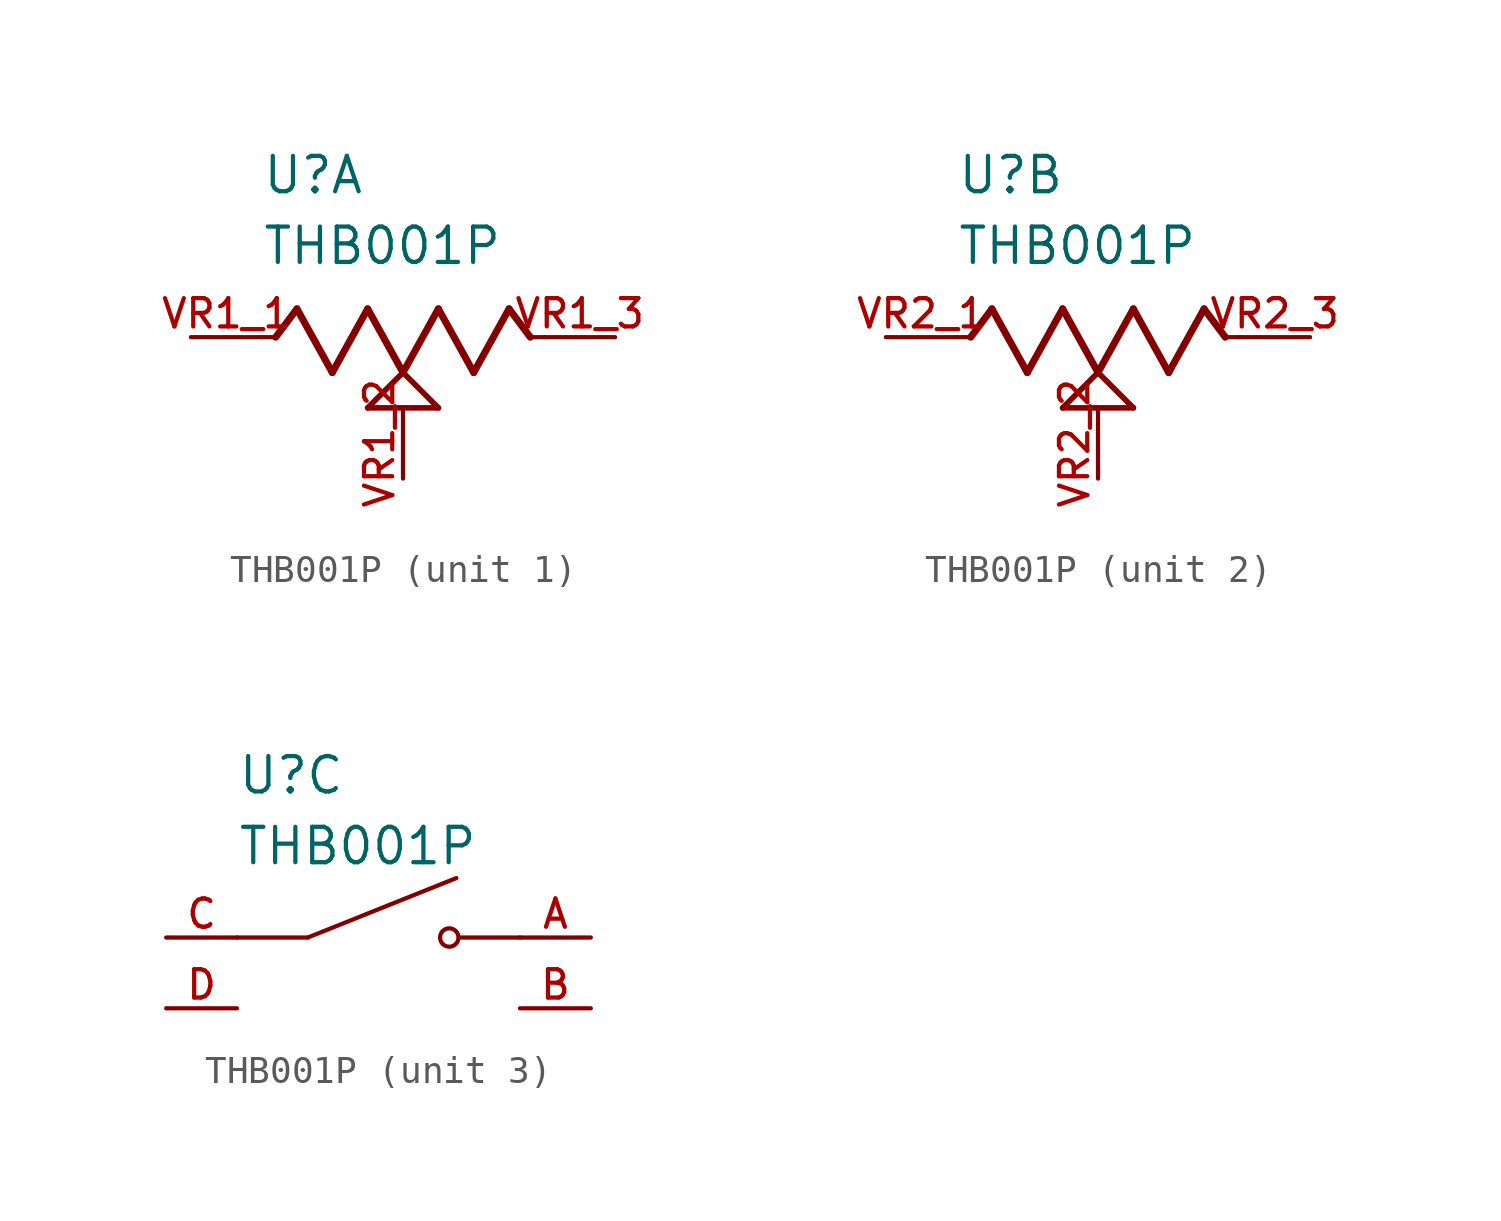
<source format=kicad_sym>
(kicad_symbol_lib
  (version 20231120)
  (generator "kicad_symbol_editor")
  (generator_version "8.0")
  (symbol "THB001P"
    (pin_names
      (offset 1.016))
    (property "Reference" "U"
      (at -5.08 5.08 0)
      (effects (font (size 1.27 1.27)) (justify left bottom)))
    (property "Value" "THB001P"
      (at -5.08 2.54 0)
      (effects (font (size 1.27 1.27)) (justify left bottom)))
    (symbol "THB001P_1_0"
      (polyline (pts (xy -5.08 0) (xy -4.572 0)) (stroke (width 0.152) (type default)) (fill (type none)))
      (polyline (pts (xy -4.572 0) (xy -3.81 1.016)) (stroke (width 0.254) (type default)) (fill (type none)))
      (polyline (pts (xy -3.81 1.016) (xy -2.54 -1.27)) (stroke (width 0.254) (type default)) (fill (type none)))
      (polyline (pts (xy -2.54 -1.27) (xy -1.27 1.016)) (stroke (width 0.254) (type default)) (fill (type none)))
      (polyline (pts (xy -1.27 -2.54) (xy 0 -1.27)) (stroke (width 0.203) (type default)) (fill (type none)))
      (polyline (pts (xy -1.27 1.016) (xy 0 -1.27)) (stroke (width 0.254) (type default)) (fill (type none)))
      (polyline (pts (xy 0 -1.27) (xy 1.27 -2.54)) (stroke (width 0.203) (type default)) (fill (type none)))
      (polyline (pts (xy 0 -1.27) (xy 1.27 1.016)) (stroke (width 0.254) (type default)) (fill (type none)))
      (polyline (pts (xy 1.27 -2.54) (xy -1.27 -2.54)) (stroke (width 0.203) (type default)) (fill (type none)))
      (polyline (pts (xy 1.27 1.016) (xy 2.54 -1.27)) (stroke (width 0.254) (type default)) (fill (type none)))
      (polyline (pts (xy 2.54 -1.27) (xy 3.81 1.016)) (stroke (width 0.254) (type default)) (fill (type none)))
      (polyline (pts (xy 3.81 1.016) (xy 4.572 0)) (stroke (width 0.254) (type default)) (fill (type none)))
      (polyline (pts (xy 4.572 0) (xy 5.08 0)) (stroke (width 0.152) (type default)) (fill (type none)))
      (pin passive line (at -7.62 0 0) (length 2.54) (name "~" (effects (font (size 1.016 1.016)))) (number "VR1_1" (effects (font (size 1.016 1.016)))))
      (pin passive line (at 0 -5.08 90) (length 2.54) (name "~" (effects (font (size 1.016 1.016)))) (number "VR1_2" (effects (font (size 1.016 1.016)))))
      (pin passive line (at 7.62 0 180) (length 2.54) (name "~" (effects (font (size 1.016 1.016)))) (number "VR1_3" (effects (font (size 1.016 1.016))))))
    (symbol "THB001P_2_0"
      (polyline (pts (xy -5.08 0) (xy -4.572 0)) (stroke (width 0.152) (type default)) (fill (type none)))
      (polyline (pts (xy -4.572 0) (xy -3.81 1.016)) (stroke (width 0.254) (type default)) (fill (type none)))
      (polyline (pts (xy -3.81 1.016) (xy -2.54 -1.27)) (stroke (width 0.254) (type default)) (fill (type none)))
      (polyline (pts (xy -2.54 -1.27) (xy -1.27 1.016)) (stroke (width 0.254) (type default)) (fill (type none)))
      (polyline (pts (xy -1.27 -2.54) (xy 0 -1.27)) (stroke (width 0.203) (type default)) (fill (type none)))
      (polyline (pts (xy -1.27 1.016) (xy 0 -1.27)) (stroke (width 0.254) (type default)) (fill (type none)))
      (polyline (pts (xy 0 -1.27) (xy 1.27 -2.54)) (stroke (width 0.203) (type default)) (fill (type none)))
      (polyline (pts (xy 0 -1.27) (xy 1.27 1.016)) (stroke (width 0.254) (type default)) (fill (type none)))
      (polyline (pts (xy 1.27 -2.54) (xy -1.27 -2.54)) (stroke (width 0.203) (type default)) (fill (type none)))
      (polyline (pts (xy 1.27 1.016) (xy 2.54 -1.27)) (stroke (width 0.254) (type default)) (fill (type none)))
      (polyline (pts (xy 2.54 -1.27) (xy 3.81 1.016)) (stroke (width 0.254) (type default)) (fill (type none)))
      (polyline (pts (xy 3.81 1.016) (xy 4.572 0)) (stroke (width 0.254) (type default)) (fill (type none)))
      (polyline (pts (xy 4.572 0) (xy 5.08 0)) (stroke (width 0.152) (type default)) (fill (type none)))
      (pin passive line (at -7.62 0 0) (length 2.54) (name "~" (effects (font (size 1.016 1.016)))) (number "VR2_1" (effects (font (size 1.016 1.016)))))
      (pin passive line (at 0 -5.08 90) (length 2.54) (name "~" (effects (font (size 1.016 1.016)))) (number "VR2_2" (effects (font (size 1.016 1.016)))))
      (pin passive line (at 7.62 0 180) (length 2.54) (name "~" (effects (font (size 1.016 1.016)))) (number "VR2_3" (effects (font (size 1.016 1.016))))))
    (symbol "THB001P_3_0"
      (polyline (pts (xy -2.54 0) (xy -5.08 0)) (stroke (width 0.152) (type default)) (fill (type none)))
      (polyline (pts (xy -2.54 0) (xy 2.794 2.134)) (stroke (width 0.152) (type default)) (fill (type none)))
      (polyline (pts (xy 5.08 0) (xy 2.921 0)) (stroke (width 0.152) (type default)) (fill (type none)))
      (circle (center 2.54 0) (radius 0.33) (stroke (width 0.152) (type default)) (fill (type none)))
      (pin passive line (at 7.62 0 180) (length 2.54) (name "~" (effects (font (size 1.016 1.016)))) (number "A" (effects (font (size 1.016 1.016)))))
      (pin passive line (at 7.62 -2.54 180) (length 2.54) (name "~" (effects (font (size 1.016 1.016)))) (number "B" (effects (font (size 1.016 1.016)))))
      (pin passive line (at -7.62 0 0) (length 2.54) (name "~" (effects (font (size 1.016 1.016)))) (number "C" (effects (font (size 1.016 1.016)))))
      (pin passive line (at -7.62 -2.54 0) (length 2.54) (name "~" (effects (font (size 1.016 1.016)))) (number "D" (effects (font (size 1.016 1.016))))))))
</source>
